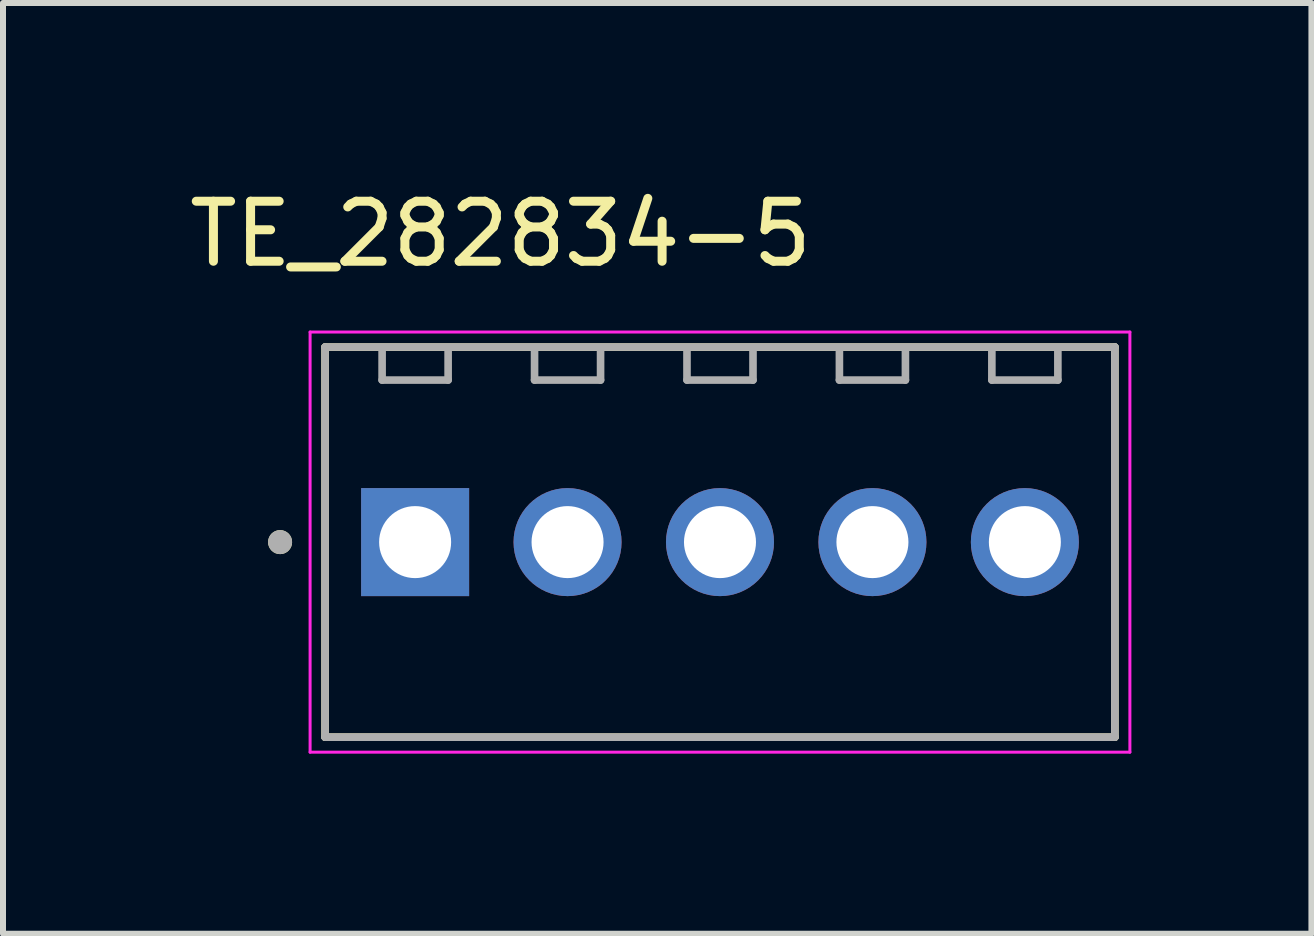
<source format=kicad_pcb>
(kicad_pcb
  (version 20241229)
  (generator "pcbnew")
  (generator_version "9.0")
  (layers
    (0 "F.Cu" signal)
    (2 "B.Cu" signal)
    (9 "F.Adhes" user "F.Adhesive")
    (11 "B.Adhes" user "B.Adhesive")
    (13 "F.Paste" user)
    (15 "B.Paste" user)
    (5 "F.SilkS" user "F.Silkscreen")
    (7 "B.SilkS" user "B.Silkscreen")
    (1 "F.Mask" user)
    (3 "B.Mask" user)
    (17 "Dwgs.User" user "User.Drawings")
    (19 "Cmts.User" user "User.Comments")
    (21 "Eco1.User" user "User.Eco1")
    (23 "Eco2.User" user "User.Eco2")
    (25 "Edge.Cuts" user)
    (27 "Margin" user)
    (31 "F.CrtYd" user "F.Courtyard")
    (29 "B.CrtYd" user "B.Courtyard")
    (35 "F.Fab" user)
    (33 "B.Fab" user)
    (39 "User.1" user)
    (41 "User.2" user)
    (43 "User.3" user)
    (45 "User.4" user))
  (footprint "TE_282834-5"
    (layer "F.Cu")
    (at 8.947 5.983)
    (property "Reference" "TE_282834-5" (at -3.655 -5.135 0) (layer "F.SilkS") (effects (font (size 1 1) (thickness 0.15))))
    (attr through_hole)
    (fp_line (start -6.58 -3.25) (end 6.58 -3.25) (stroke (width 0.127) (type solid)) (layer "F.SilkS"))
    (fp_line (start -6.58 3.25) (end -6.58 -3.25) (stroke (width 0.127) (type solid)) (layer "F.SilkS"))
    (fp_line (start 6.58 -3.25) (end 6.58 3.25) (stroke (width 0.127) (type solid)) (layer "F.SilkS"))
    (fp_line (start 6.58 3.25) (end -6.58 3.25) (stroke (width 0.127) (type solid)) (layer "F.SilkS"))
    (fp_circle (center -7.33 0) (end -7.23 0) (stroke (width 0.2) (type solid)) (fill no) (layer "F.SilkS"))
    (fp_line (start -6.83 -3.5) (end -6.83 3.5) (stroke (width 0.05) (type solid)) (layer "F.CrtYd"))
    (fp_line (start -6.83 3.5) (end 6.83 3.5) (stroke (width 0.05) (type solid)) (layer "F.CrtYd"))
    (fp_line (start 6.83 -3.5) (end -6.83 -3.5) (stroke (width 0.05) (type solid)) (layer "F.CrtYd"))
    (fp_line (start 6.83 3.5) (end 6.83 -3.5) (stroke (width 0.05) (type solid)) (layer "F.CrtYd"))
    (fp_line (start -6.58 -3.25) (end 6.58 -3.25) (stroke (width 0.127) (type solid)) (layer "F.Fab"))
    (fp_line (start -6.58 3.25) (end -6.58 -3.25) (stroke (width 0.127) (type solid)) (layer "F.Fab"))
    (fp_line (start -5.63 -2.7) (end -5.63 -3.2) (stroke (width 0.127) (type solid)) (layer "F.Fab"))
    (fp_line (start -5.63 -2.7) (end -4.53 -2.7) (stroke (width 0.127) (type solid)) (layer "F.Fab"))
    (fp_line (start -4.53 -2.7) (end -4.53 -3.2) (stroke (width 0.127) (type solid)) (layer "F.Fab"))
    (fp_line (start -3.09 -2.7) (end -3.09 -3.2) (stroke (width 0.127) (type solid)) (layer "F.Fab"))
    (fp_line (start -3.09 -2.7) (end -1.99 -2.7) (stroke (width 0.127) (type solid)) (layer "F.Fab"))
    (fp_line (start -1.99 -2.7) (end -1.99 -3.2) (stroke (width 0.127) (type solid)) (layer "F.Fab"))
    (fp_line (start -0.55 -2.7) (end -0.55 -3.2) (stroke (width 0.127) (type solid)) (layer "F.Fab"))
    (fp_line (start -0.55 -2.7) (end 0.55 -2.7) (stroke (width 0.127) (type solid)) (layer "F.Fab"))
    (fp_line (start 0.55 -2.7) (end 0.55 -3.2) (stroke (width 0.127) (type solid)) (layer "F.Fab"))
    (fp_line (start 1.99 -2.7) (end 1.99 -3.2) (stroke (width 0.127) (type solid)) (layer "F.Fab"))
    (fp_line (start 1.99 -2.7) (end 3.09 -2.7) (stroke (width 0.127) (type solid)) (layer "F.Fab"))
    (fp_line (start 3.09 -2.7) (end 3.09 -3.2) (stroke (width 0.127) (type solid)) (layer "F.Fab"))
    (fp_line (start 4.53 -2.7) (end 4.53 -3.2) (stroke (width 0.127) (type solid)) (layer "F.Fab"))
    (fp_line (start 4.53 -2.7) (end 5.63 -2.7) (stroke (width 0.127) (type solid)) (layer "F.Fab"))
    (fp_line (start 5.63 -2.7) (end 5.63 -3.2) (stroke (width 0.127) (type solid)) (layer "F.Fab"))
    (fp_line (start 6.58 -3.25) (end 6.58 3.25) (stroke (width 0.127) (type solid)) (layer "F.Fab"))
    (fp_line (start 6.58 3.25) (end -6.58 3.25) (stroke (width 0.127) (type solid)) (layer "F.Fab"))
    (fp_circle (center -7.33 0) (end -7.23 0) (stroke (width 0.2) (type solid)) (fill no) (layer "F.Fab"))
    (pad "1" thru_hole rect (at -5.08 0) (size 1.8 1.8) (drill 1.2) (layers "*.Cu" "*.Mask"))
    (pad "2" thru_hole circle (at -2.54 0) (size 1.8 1.8) (drill 1.2) (layers "*.Cu" "*.Mask"))
    (pad "3" thru_hole circle (at 0 0) (size 1.8 1.8) (drill 1.2) (layers "*.Cu" "*.Mask"))
    (pad "4" thru_hole circle (at 2.54 0) (size 1.8 1.8) (drill 1.2) (layers "*.Cu" "*.Mask"))
    (pad "5" thru_hole circle (at 5.08 0) (size 1.8 1.8) (drill 1.2) (layers "*.Cu" "*.Mask")))
  (gr_rect
    (start -3 -3)
    (end 18.802 12.508)
    (stroke (width 0.1) (type default))
    (fill no)
    (layer "Edge.Cuts")))
</source>
